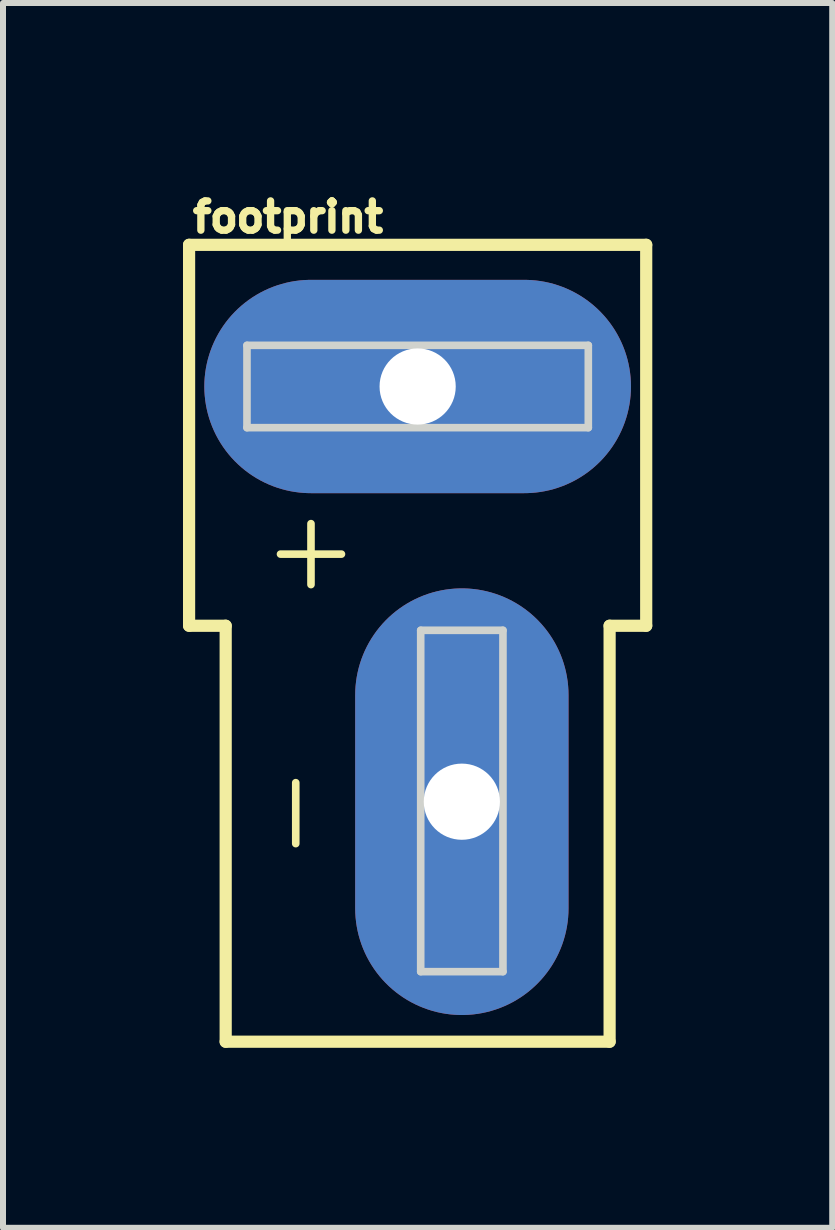
<source format=kicad_pcb>
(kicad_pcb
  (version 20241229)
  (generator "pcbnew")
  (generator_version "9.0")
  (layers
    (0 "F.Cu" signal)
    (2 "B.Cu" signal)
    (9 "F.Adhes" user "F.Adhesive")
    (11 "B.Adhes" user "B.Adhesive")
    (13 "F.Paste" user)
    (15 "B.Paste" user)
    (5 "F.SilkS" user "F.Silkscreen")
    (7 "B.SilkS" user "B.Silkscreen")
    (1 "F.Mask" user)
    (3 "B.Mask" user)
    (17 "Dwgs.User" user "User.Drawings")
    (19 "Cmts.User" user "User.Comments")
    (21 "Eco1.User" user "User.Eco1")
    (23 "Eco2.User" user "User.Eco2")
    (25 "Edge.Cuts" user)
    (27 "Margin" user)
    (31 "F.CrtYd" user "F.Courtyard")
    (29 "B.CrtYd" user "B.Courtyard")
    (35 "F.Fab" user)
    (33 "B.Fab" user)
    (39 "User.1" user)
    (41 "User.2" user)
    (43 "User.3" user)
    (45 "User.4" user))
  (footprint "footprint"
    (layer "F.Cu")
    (at 3.912 3.393)
    (property "Reference" "footprint" (at -3.81 -2.54 0) (layer "F.SilkS") (effects (font (size 0.488 0.488) (thickness 0.122)) (justify left bottom)))
    (fp_line (start -3.81 -2.362) (end 3.81 -2.362) (stroke (width 0.203) (type solid)) (layer "F.SilkS"))
    (fp_line (start -3.81 3.988) (end -3.81 -2.362) (stroke (width 0.203) (type solid)) (layer "F.SilkS"))
    (fp_line (start -3.81 3.988) (end -3.2 3.988) (stroke (width 0.203) (type solid)) (layer "F.SilkS"))
    (fp_line (start -3.2 10.922) (end -3.2 3.988) (stroke (width 0.203) (type solid)) (layer "F.SilkS"))
    (fp_line (start -3.2 10.922) (end 3.2 10.922) (stroke (width 0.203) (type solid)) (layer "F.SilkS"))
    (fp_line (start -2.286 2.794) (end -1.27 2.794) (stroke (width 0.127) (type solid)) (layer "F.SilkS"))
    (fp_line (start -2.032 7.62) (end -2.032 6.604) (stroke (width 0.127) (type solid)) (layer "F.SilkS"))
    (fp_line (start -1.778 2.286) (end -1.778 3.302) (stroke (width 0.127) (type solid)) (layer "F.SilkS"))
    (fp_line (start 3.2 3.988) (end 3.81 3.988) (stroke (width 0.203) (type solid)) (layer "F.SilkS"))
    (fp_line (start 3.2 10.922) (end 3.2 3.988) (stroke (width 0.203) (type solid)) (layer "F.SilkS"))
    (fp_line (start 3.81 3.988) (end 3.81 -2.362) (stroke (width 0.203) (type solid)) (layer "F.SilkS"))
    (fp_line (start -2.845 -0.686) (end 2.845 -0.686) (stroke (width 0.127) (type solid)) (layer "Edge.Cuts"))
    (fp_line (start -2.845 0.686) (end -2.845 -0.686) (stroke (width 0.127) (type solid)) (layer "Edge.Cuts"))
    (fp_line (start 0.051 4.064) (end 1.422 4.064) (stroke (width 0.127) (type solid)) (layer "Edge.Cuts"))
    (fp_line (start 0.051 9.754) (end 0.051 4.064) (stroke (width 0.127) (type solid)) (layer "Edge.Cuts"))
    (fp_line (start 0.051 9.754) (end 1.422 9.754) (stroke (width 0.127) (type solid)) (layer "Edge.Cuts"))
    (fp_line (start 1.422 4.064) (end 1.422 9.754) (stroke (width 0.127) (type solid)) (layer "Edge.Cuts"))
    (fp_line (start 2.845 0.686) (end -2.845 0.686) (stroke (width 0.127) (type solid)) (layer "Edge.Cuts"))
    (fp_line (start 2.845 0.686) (end 2.845 -0.686) (stroke (width 0.127) (type solid)) (layer "Edge.Cuts"))
    (pad "+" thru_hole oval (at 0 0) (size 7.112 3.556) (drill 1.27) (layers "*.Cu" "*.Mask"))
    (pad "-" thru_hole oval (at 0.737 6.921 90) (size 7.112 3.556) (drill 1.27) (layers "*.Cu" "*.Mask")))
  (gr_rect
    (start -3 -3)
    (end 10.823 17.417)
    (stroke (width 0.1) (type default))
    (fill no)
    (layer "Edge.Cuts")))
</source>
